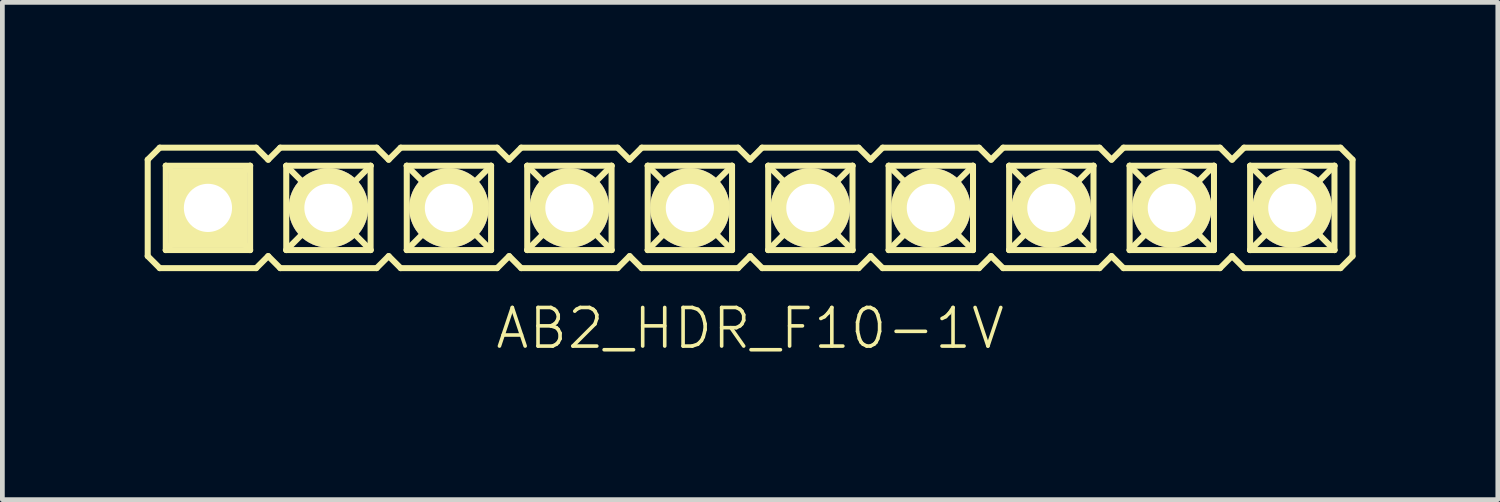
<source format=kicad_pcb>
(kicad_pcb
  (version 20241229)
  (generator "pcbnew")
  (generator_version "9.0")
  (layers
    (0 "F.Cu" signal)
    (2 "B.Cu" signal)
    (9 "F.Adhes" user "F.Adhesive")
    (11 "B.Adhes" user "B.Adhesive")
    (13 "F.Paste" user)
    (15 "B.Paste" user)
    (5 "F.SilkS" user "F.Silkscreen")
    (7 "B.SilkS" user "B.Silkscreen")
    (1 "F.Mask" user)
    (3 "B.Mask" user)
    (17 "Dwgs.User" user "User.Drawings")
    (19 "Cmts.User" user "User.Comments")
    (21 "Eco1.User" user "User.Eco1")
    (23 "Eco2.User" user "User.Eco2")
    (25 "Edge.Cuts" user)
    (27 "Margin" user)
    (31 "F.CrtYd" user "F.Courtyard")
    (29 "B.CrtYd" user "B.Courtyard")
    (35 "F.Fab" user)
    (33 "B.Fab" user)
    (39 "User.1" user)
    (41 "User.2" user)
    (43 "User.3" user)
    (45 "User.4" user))
  (footprint "AB2_HDR_F10-1V"
    (layer "F.Cu")
    (at 12.764 1.333)
    (property "Reference" "AB2_HDR_F10-1V" (at 0 2.54 0) (layer "F.SilkS") (effects (font (size 0.813 0.813) (thickness 0.076))))
    (attr through_hole)
    (fp_line (start -12.7 -1.016) (end -12.446 -1.27) (stroke (width 0.127) (type solid)) (layer "F.SilkS"))
    (fp_line (start -12.7 1.016) (end -12.7 -1.016) (stroke (width 0.127) (type solid)) (layer "F.SilkS"))
    (fp_line (start -12.446 -1.27) (end -10.414 -1.27) (stroke (width 0.127) (type solid)) (layer "F.SilkS"))
    (fp_line (start -12.446 1.27) (end -12.7 1.016) (stroke (width 0.127) (type solid)) (layer "F.SilkS"))
    (fp_line (start -12.319 -0.889) (end -10.541 -0.889) (stroke (width 0.127) (type solid)) (layer "F.SilkS"))
    (fp_line (start -12.319 0.889) (end -12.319 -0.889) (stroke (width 0.127) (type solid)) (layer "F.SilkS"))
    (fp_line (start -11.938 -0.508) (end -12.319 -0.889) (stroke (width 0.127) (type solid)) (layer "F.SilkS"))
    (fp_line (start -11.938 -0.508) (end -10.922 -0.508) (stroke (width 0.127) (type solid)) (layer "F.SilkS"))
    (fp_line (start -11.938 0.508) (end -12.319 0.889) (stroke (width 0.127) (type solid)) (layer "F.SilkS"))
    (fp_line (start -11.938 0.508) (end -11.938 -0.508) (stroke (width 0.127) (type solid)) (layer "F.SilkS"))
    (fp_line (start -10.922 -0.508) (end -10.922 0.508) (stroke (width 0.127) (type solid)) (layer "F.SilkS"))
    (fp_line (start -10.922 -0.508) (end -10.541 -0.889) (stroke (width 0.127) (type solid)) (layer "F.SilkS"))
    (fp_line (start -10.922 0.508) (end -11.938 0.508) (stroke (width 0.127) (type solid)) (layer "F.SilkS"))
    (fp_line (start -10.922 0.508) (end -10.541 0.889) (stroke (width 0.127) (type solid)) (layer "F.SilkS"))
    (fp_line (start -10.541 -0.889) (end -10.541 0.889) (stroke (width 0.127) (type solid)) (layer "F.SilkS"))
    (fp_line (start -10.541 0.889) (end -12.319 0.889) (stroke (width 0.127) (type solid)) (layer "F.SilkS"))
    (fp_line (start -10.414 -1.27) (end -10.16 -1.016) (stroke (width 0.127) (type solid)) (layer "F.SilkS"))
    (fp_line (start -10.414 1.27) (end -12.446 1.27) (stroke (width 0.127) (type solid)) (layer "F.SilkS"))
    (fp_line (start -10.16 -1.016) (end -9.906 -1.27) (stroke (width 0.127) (type solid)) (layer "F.SilkS"))
    (fp_line (start -10.16 1.016) (end -10.414 1.27) (stroke (width 0.127) (type solid)) (layer "F.SilkS"))
    (fp_line (start -9.906 -1.27) (end -7.874 -1.27) (stroke (width 0.127) (type solid)) (layer "F.SilkS"))
    (fp_line (start -9.906 1.27) (end -10.16 1.016) (stroke (width 0.127) (type solid)) (layer "F.SilkS"))
    (fp_line (start -9.779 -0.889) (end -8.001 -0.889) (stroke (width 0.127) (type solid)) (layer "F.SilkS"))
    (fp_line (start -9.779 0.889) (end -9.779 -0.889) (stroke (width 0.127) (type solid)) (layer "F.SilkS"))
    (fp_line (start -9.398 -0.508) (end -9.779 -0.889) (stroke (width 0.127) (type solid)) (layer "F.SilkS"))
    (fp_line (start -9.398 -0.508) (end -8.382 -0.508) (stroke (width 0.127) (type solid)) (layer "F.SilkS"))
    (fp_line (start -9.398 0.508) (end -9.779 0.889) (stroke (width 0.127) (type solid)) (layer "F.SilkS"))
    (fp_line (start -9.398 0.508) (end -9.398 -0.508) (stroke (width 0.127) (type solid)) (layer "F.SilkS"))
    (fp_line (start -8.382 -0.508) (end -8.382 0.508) (stroke (width 0.127) (type solid)) (layer "F.SilkS"))
    (fp_line (start -8.382 -0.508) (end -8.001 -0.889) (stroke (width 0.127) (type solid)) (layer "F.SilkS"))
    (fp_line (start -8.382 0.508) (end -9.398 0.508) (stroke (width 0.127) (type solid)) (layer "F.SilkS"))
    (fp_line (start -8.382 0.508) (end -8.001 0.889) (stroke (width 0.127) (type solid)) (layer "F.SilkS"))
    (fp_line (start -8.001 -0.889) (end -8.001 0.889) (stroke (width 0.127) (type solid)) (layer "F.SilkS"))
    (fp_line (start -8.001 0.889) (end -9.779 0.889) (stroke (width 0.127) (type solid)) (layer "F.SilkS"))
    (fp_line (start -7.874 -1.27) (end -7.62 -1.016) (stroke (width 0.127) (type solid)) (layer "F.SilkS"))
    (fp_line (start -7.874 1.27) (end -9.906 1.27) (stroke (width 0.127) (type solid)) (layer "F.SilkS"))
    (fp_line (start -7.62 -1.016) (end -7.366 -1.27) (stroke (width 0.127) (type solid)) (layer "F.SilkS"))
    (fp_line (start -7.62 1.016) (end -7.874 1.27) (stroke (width 0.127) (type solid)) (layer "F.SilkS"))
    (fp_line (start -7.366 -1.27) (end -5.334 -1.27) (stroke (width 0.127) (type solid)) (layer "F.SilkS"))
    (fp_line (start -7.366 1.27) (end -7.62 1.016) (stroke (width 0.127) (type solid)) (layer "F.SilkS"))
    (fp_line (start -7.239 -0.889) (end -5.461 -0.889) (stroke (width 0.127) (type solid)) (layer "F.SilkS"))
    (fp_line (start -7.239 0.889) (end -7.239 -0.889) (stroke (width 0.127) (type solid)) (layer "F.SilkS"))
    (fp_line (start -6.858 -0.508) (end -7.239 -0.889) (stroke (width 0.127) (type solid)) (layer "F.SilkS"))
    (fp_line (start -6.858 -0.508) (end -5.842 -0.508) (stroke (width 0.127) (type solid)) (layer "F.SilkS"))
    (fp_line (start -6.858 0.508) (end -7.239 0.889) (stroke (width 0.127) (type solid)) (layer "F.SilkS"))
    (fp_line (start -6.858 0.508) (end -6.858 -0.508) (stroke (width 0.127) (type solid)) (layer "F.SilkS"))
    (fp_line (start -5.842 -0.508) (end -5.842 0.508) (stroke (width 0.127) (type solid)) (layer "F.SilkS"))
    (fp_line (start -5.842 -0.508) (end -5.461 -0.889) (stroke (width 0.127) (type solid)) (layer "F.SilkS"))
    (fp_line (start -5.842 0.508) (end -6.858 0.508) (stroke (width 0.127) (type solid)) (layer "F.SilkS"))
    (fp_line (start -5.842 0.508) (end -5.461 0.889) (stroke (width 0.127) (type solid)) (layer "F.SilkS"))
    (fp_line (start -5.461 -0.889) (end -5.461 0.889) (stroke (width 0.127) (type solid)) (layer "F.SilkS"))
    (fp_line (start -5.461 0.889) (end -7.239 0.889) (stroke (width 0.127) (type solid)) (layer "F.SilkS"))
    (fp_line (start -5.334 -1.27) (end -5.08 -1.016) (stroke (width 0.127) (type solid)) (layer "F.SilkS"))
    (fp_line (start -5.334 1.27) (end -7.366 1.27) (stroke (width 0.127) (type solid)) (layer "F.SilkS"))
    (fp_line (start -5.08 -1.016) (end -4.826 -1.27) (stroke (width 0.127) (type solid)) (layer "F.SilkS"))
    (fp_line (start -5.08 1.016) (end -5.334 1.27) (stroke (width 0.127) (type solid)) (layer "F.SilkS"))
    (fp_line (start -4.826 -1.27) (end -2.794 -1.27) (stroke (width 0.127) (type solid)) (layer "F.SilkS"))
    (fp_line (start -4.826 1.27) (end -5.08 1.016) (stroke (width 0.127) (type solid)) (layer "F.SilkS"))
    (fp_line (start -4.699 -0.889) (end -2.921 -0.889) (stroke (width 0.127) (type solid)) (layer "F.SilkS"))
    (fp_line (start -4.699 0.889) (end -4.699 -0.889) (stroke (width 0.127) (type solid)) (layer "F.SilkS"))
    (fp_line (start -4.318 -0.508) (end -4.699 -0.889) (stroke (width 0.127) (type solid)) (layer "F.SilkS"))
    (fp_line (start -4.318 -0.508) (end -3.302 -0.508) (stroke (width 0.127) (type solid)) (layer "F.SilkS"))
    (fp_line (start -4.318 0.508) (end -4.699 0.889) (stroke (width 0.127) (type solid)) (layer "F.SilkS"))
    (fp_line (start -4.318 0.508) (end -4.318 -0.508) (stroke (width 0.127) (type solid)) (layer "F.SilkS"))
    (fp_line (start -3.302 -0.508) (end -3.302 0.508) (stroke (width 0.127) (type solid)) (layer "F.SilkS"))
    (fp_line (start -3.302 -0.508) (end -2.921 -0.889) (stroke (width 0.127) (type solid)) (layer "F.SilkS"))
    (fp_line (start -3.302 0.508) (end -4.318 0.508) (stroke (width 0.127) (type solid)) (layer "F.SilkS"))
    (fp_line (start -3.302 0.508) (end -2.921 0.889) (stroke (width 0.127) (type solid)) (layer "F.SilkS"))
    (fp_line (start -2.921 -0.889) (end -2.921 0.889) (stroke (width 0.127) (type solid)) (layer "F.SilkS"))
    (fp_line (start -2.921 0.889) (end -4.699 0.889) (stroke (width 0.127) (type solid)) (layer "F.SilkS"))
    (fp_line (start -2.794 -1.27) (end -2.54 -1.016) (stroke (width 0.127) (type solid)) (layer "F.SilkS"))
    (fp_line (start -2.794 1.27) (end -4.826 1.27) (stroke (width 0.127) (type solid)) (layer "F.SilkS"))
    (fp_line (start -2.54 -1.016) (end -2.286 -1.27) (stroke (width 0.127) (type solid)) (layer "F.SilkS"))
    (fp_line (start -2.54 1.016) (end -2.794 1.27) (stroke (width 0.127) (type solid)) (layer "F.SilkS"))
    (fp_line (start -2.286 -1.27) (end -0.254 -1.27) (stroke (width 0.127) (type solid)) (layer "F.SilkS"))
    (fp_line (start -2.286 1.27) (end -2.54 1.016) (stroke (width 0.127) (type solid)) (layer "F.SilkS"))
    (fp_line (start -2.159 -0.889) (end -0.381 -0.889) (stroke (width 0.127) (type solid)) (layer "F.SilkS"))
    (fp_line (start -2.159 0.889) (end -2.159 -0.889) (stroke (width 0.127) (type solid)) (layer "F.SilkS"))
    (fp_line (start -1.778 -0.508) (end -2.159 -0.889) (stroke (width 0.127) (type solid)) (layer "F.SilkS"))
    (fp_line (start -1.778 -0.508) (end -0.762 -0.508) (stroke (width 0.127) (type solid)) (layer "F.SilkS"))
    (fp_line (start -1.778 0.508) (end -2.159 0.889) (stroke (width 0.127) (type solid)) (layer "F.SilkS"))
    (fp_line (start -1.778 0.508) (end -1.778 -0.508) (stroke (width 0.127) (type solid)) (layer "F.SilkS"))
    (fp_line (start -0.762 -0.508) (end -0.762 0.508) (stroke (width 0.127) (type solid)) (layer "F.SilkS"))
    (fp_line (start -0.762 -0.508) (end -0.381 -0.889) (stroke (width 0.127) (type solid)) (layer "F.SilkS"))
    (fp_line (start -0.762 0.508) (end -1.778 0.508) (stroke (width 0.127) (type solid)) (layer "F.SilkS"))
    (fp_line (start -0.762 0.508) (end -0.381 0.889) (stroke (width 0.127) (type solid)) (layer "F.SilkS"))
    (fp_line (start -0.381 -0.889) (end -0.381 0.889) (stroke (width 0.127) (type solid)) (layer "F.SilkS"))
    (fp_line (start -0.381 0.889) (end -2.159 0.889) (stroke (width 0.127) (type solid)) (layer "F.SilkS"))
    (fp_line (start -0.254 -1.27) (end 0 -1.016) (stroke (width 0.127) (type solid)) (layer "F.SilkS"))
    (fp_line (start -0.254 1.27) (end -2.286 1.27) (stroke (width 0.127) (type solid)) (layer "F.SilkS"))
    (fp_line (start 0 -1.016) (end 0.254 -1.27) (stroke (width 0.127) (type solid)) (layer "F.SilkS"))
    (fp_line (start 0 1.016) (end -0.254 1.27) (stroke (width 0.127) (type solid)) (layer "F.SilkS"))
    (fp_line (start 0.254 -1.27) (end 2.286 -1.27) (stroke (width 0.127) (type solid)) (layer "F.SilkS"))
    (fp_line (start 0.254 1.27) (end 0 1.016) (stroke (width 0.127) (type solid)) (layer "F.SilkS"))
    (fp_line (start 0.381 -0.889) (end 2.159 -0.889) (stroke (width 0.127) (type solid)) (layer "F.SilkS"))
    (fp_line (start 0.381 0.889) (end 0.381 -0.889) (stroke (width 0.127) (type solid)) (layer "F.SilkS"))
    (fp_line (start 0.762 -0.508) (end 0.381 -0.889) (stroke (width 0.127) (type solid)) (layer "F.SilkS"))
    (fp_line (start 0.762 -0.508) (end 1.778 -0.508) (stroke (width 0.127) (type solid)) (layer "F.SilkS"))
    (fp_line (start 0.762 0.508) (end 0.381 0.889) (stroke (width 0.127) (type solid)) (layer "F.SilkS"))
    (fp_line (start 0.762 0.508) (end 0.762 -0.508) (stroke (width 0.127) (type solid)) (layer "F.SilkS"))
    (fp_line (start 1.778 -0.508) (end 1.778 0.508) (stroke (width 0.127) (type solid)) (layer "F.SilkS"))
    (fp_line (start 1.778 -0.508) (end 2.159 -0.889) (stroke (width 0.127) (type solid)) (layer "F.SilkS"))
    (fp_line (start 1.778 0.508) (end 0.762 0.508) (stroke (width 0.127) (type solid)) (layer "F.SilkS"))
    (fp_line (start 1.778 0.508) (end 2.159 0.889) (stroke (width 0.127) (type solid)) (layer "F.SilkS"))
    (fp_line (start 2.159 -0.889) (end 2.159 0.889) (stroke (width 0.127) (type solid)) (layer "F.SilkS"))
    (fp_line (start 2.159 0.889) (end 0.381 0.889) (stroke (width 0.127) (type solid)) (layer "F.SilkS"))
    (fp_line (start 2.286 -1.27) (end 2.54 -1.016) (stroke (width 0.127) (type solid)) (layer "F.SilkS"))
    (fp_line (start 2.286 1.27) (end 0.254 1.27) (stroke (width 0.127) (type solid)) (layer "F.SilkS"))
    (fp_line (start 2.54 -1.016) (end 2.794 -1.27) (stroke (width 0.127) (type solid)) (layer "F.SilkS"))
    (fp_line (start 2.54 1.016) (end 2.286 1.27) (stroke (width 0.127) (type solid)) (layer "F.SilkS"))
    (fp_line (start 2.794 -1.27) (end 4.826 -1.27) (stroke (width 0.127) (type solid)) (layer "F.SilkS"))
    (fp_line (start 2.794 1.27) (end 2.54 1.016) (stroke (width 0.127) (type solid)) (layer "F.SilkS"))
    (fp_line (start 2.921 -0.889) (end 4.699 -0.889) (stroke (width 0.127) (type solid)) (layer "F.SilkS"))
    (fp_line (start 2.921 0.889) (end 2.921 -0.889) (stroke (width 0.127) (type solid)) (layer "F.SilkS"))
    (fp_line (start 3.302 -0.508) (end 2.921 -0.889) (stroke (width 0.127) (type solid)) (layer "F.SilkS"))
    (fp_line (start 3.302 -0.508) (end 4.318 -0.508) (stroke (width 0.127) (type solid)) (layer "F.SilkS"))
    (fp_line (start 3.302 0.508) (end 2.921 0.889) (stroke (width 0.127) (type solid)) (layer "F.SilkS"))
    (fp_line (start 3.302 0.508) (end 3.302 -0.508) (stroke (width 0.127) (type solid)) (layer "F.SilkS"))
    (fp_line (start 4.318 -0.508) (end 4.318 0.508) (stroke (width 0.127) (type solid)) (layer "F.SilkS"))
    (fp_line (start 4.318 -0.508) (end 4.699 -0.889) (stroke (width 0.127) (type solid)) (layer "F.SilkS"))
    (fp_line (start 4.318 0.508) (end 3.302 0.508) (stroke (width 0.127) (type solid)) (layer "F.SilkS"))
    (fp_line (start 4.318 0.508) (end 4.699 0.889) (stroke (width 0.127) (type solid)) (layer "F.SilkS"))
    (fp_line (start 4.699 -0.889) (end 4.699 0.889) (stroke (width 0.127) (type solid)) (layer "F.SilkS"))
    (fp_line (start 4.699 0.889) (end 2.921 0.889) (stroke (width 0.127) (type solid)) (layer "F.SilkS"))
    (fp_line (start 4.826 -1.27) (end 5.08 -1.016) (stroke (width 0.127) (type solid)) (layer "F.SilkS"))
    (fp_line (start 4.826 1.27) (end 2.794 1.27) (stroke (width 0.127) (type solid)) (layer "F.SilkS"))
    (fp_line (start 5.08 -1.016) (end 5.334 -1.27) (stroke (width 0.127) (type solid)) (layer "F.SilkS"))
    (fp_line (start 5.08 1.016) (end 4.826 1.27) (stroke (width 0.127) (type solid)) (layer "F.SilkS"))
    (fp_line (start 5.334 -1.27) (end 7.366 -1.27) (stroke (width 0.127) (type solid)) (layer "F.SilkS"))
    (fp_line (start 5.334 1.27) (end 5.08 1.016) (stroke (width 0.127) (type solid)) (layer "F.SilkS"))
    (fp_line (start 5.461 -0.889) (end 7.239 -0.889) (stroke (width 0.127) (type solid)) (layer "F.SilkS"))
    (fp_line (start 5.461 0.889) (end 5.461 -0.889) (stroke (width 0.127) (type solid)) (layer "F.SilkS"))
    (fp_line (start 5.842 -0.508) (end 5.461 -0.889) (stroke (width 0.127) (type solid)) (layer "F.SilkS"))
    (fp_line (start 5.842 -0.508) (end 6.858 -0.508) (stroke (width 0.127) (type solid)) (layer "F.SilkS"))
    (fp_line (start 5.842 0.508) (end 5.461 0.889) (stroke (width 0.127) (type solid)) (layer "F.SilkS"))
    (fp_line (start 5.842 0.508) (end 5.842 -0.508) (stroke (width 0.127) (type solid)) (layer "F.SilkS"))
    (fp_line (start 6.858 -0.508) (end 6.858 0.508) (stroke (width 0.127) (type solid)) (layer "F.SilkS"))
    (fp_line (start 6.858 -0.508) (end 7.239 -0.889) (stroke (width 0.127) (type solid)) (layer "F.SilkS"))
    (fp_line (start 6.858 0.508) (end 5.842 0.508) (stroke (width 0.127) (type solid)) (layer "F.SilkS"))
    (fp_line (start 6.858 0.508) (end 7.239 0.889) (stroke (width 0.127) (type solid)) (layer "F.SilkS"))
    (fp_line (start 7.239 -0.889) (end 7.239 0.889) (stroke (width 0.127) (type solid)) (layer "F.SilkS"))
    (fp_line (start 7.239 0.889) (end 5.461 0.889) (stroke (width 0.127) (type solid)) (layer "F.SilkS"))
    (fp_line (start 7.366 -1.27) (end 7.62 -1.016) (stroke (width 0.127) (type solid)) (layer "F.SilkS"))
    (fp_line (start 7.366 1.27) (end 5.334 1.27) (stroke (width 0.127) (type solid)) (layer "F.SilkS"))
    (fp_line (start 7.62 -1.016) (end 7.874 -1.27) (stroke (width 0.127) (type solid)) (layer "F.SilkS"))
    (fp_line (start 7.62 1.016) (end 7.366 1.27) (stroke (width 0.127) (type solid)) (layer "F.SilkS"))
    (fp_line (start 7.874 -1.27) (end 9.906 -1.27) (stroke (width 0.127) (type solid)) (layer "F.SilkS"))
    (fp_line (start 7.874 1.27) (end 7.62 1.016) (stroke (width 0.127) (type solid)) (layer "F.SilkS"))
    (fp_line (start 8.001 -0.889) (end 9.779 -0.889) (stroke (width 0.127) (type solid)) (layer "F.SilkS"))
    (fp_line (start 8.001 0.889) (end 8.001 -0.889) (stroke (width 0.127) (type solid)) (layer "F.SilkS"))
    (fp_line (start 8.382 -0.508) (end 8.001 -0.889) (stroke (width 0.127) (type solid)) (layer "F.SilkS"))
    (fp_line (start 8.382 -0.508) (end 9.398 -0.508) (stroke (width 0.127) (type solid)) (layer "F.SilkS"))
    (fp_line (start 8.382 0.508) (end 8.001 0.889) (stroke (width 0.127) (type solid)) (layer "F.SilkS"))
    (fp_line (start 8.382 0.508) (end 8.382 -0.508) (stroke (width 0.127) (type solid)) (layer "F.SilkS"))
    (fp_line (start 9.398 -0.508) (end 9.398 0.508) (stroke (width 0.127) (type solid)) (layer "F.SilkS"))
    (fp_line (start 9.398 -0.508) (end 9.779 -0.889) (stroke (width 0.127) (type solid)) (layer "F.SilkS"))
    (fp_line (start 9.398 0.508) (end 8.382 0.508) (stroke (width 0.127) (type solid)) (layer "F.SilkS"))
    (fp_line (start 9.398 0.508) (end 9.779 0.889) (stroke (width 0.127) (type solid)) (layer "F.SilkS"))
    (fp_line (start 9.779 -0.889) (end 9.779 0.889) (stroke (width 0.127) (type solid)) (layer "F.SilkS"))
    (fp_line (start 9.779 0.889) (end 8.001 0.889) (stroke (width 0.127) (type solid)) (layer "F.SilkS"))
    (fp_line (start 9.906 -1.27) (end 10.16 -1.016) (stroke (width 0.127) (type solid)) (layer "F.SilkS"))
    (fp_line (start 9.906 1.27) (end 7.874 1.27) (stroke (width 0.127) (type solid)) (layer "F.SilkS"))
    (fp_line (start 10.16 -1.016) (end 10.414 -1.27) (stroke (width 0.127) (type solid)) (layer "F.SilkS"))
    (fp_line (start 10.16 1.016) (end 9.906 1.27) (stroke (width 0.127) (type solid)) (layer "F.SilkS"))
    (fp_line (start 10.414 -1.27) (end 12.446 -1.27) (stroke (width 0.127) (type solid)) (layer "F.SilkS"))
    (fp_line (start 10.414 1.27) (end 10.16 1.016) (stroke (width 0.127) (type solid)) (layer "F.SilkS"))
    (fp_line (start 10.541 -0.889) (end 12.319 -0.889) (stroke (width 0.127) (type solid)) (layer "F.SilkS"))
    (fp_line (start 10.541 0.889) (end 10.541 -0.889) (stroke (width 0.127) (type solid)) (layer "F.SilkS"))
    (fp_line (start 10.922 -0.508) (end 10.541 -0.889) (stroke (width 0.127) (type solid)) (layer "F.SilkS"))
    (fp_line (start 10.922 -0.508) (end 11.938 -0.508) (stroke (width 0.127) (type solid)) (layer "F.SilkS"))
    (fp_line (start 10.922 0.508) (end 10.541 0.889) (stroke (width 0.127) (type solid)) (layer "F.SilkS"))
    (fp_line (start 10.922 0.508) (end 10.922 -0.508) (stroke (width 0.127) (type solid)) (layer "F.SilkS"))
    (fp_line (start 11.938 -0.508) (end 11.938 0.508) (stroke (width 0.127) (type solid)) (layer "F.SilkS"))
    (fp_line (start 11.938 -0.508) (end 12.319 -0.889) (stroke (width 0.127) (type solid)) (layer "F.SilkS"))
    (fp_line (start 11.938 0.508) (end 10.922 0.508) (stroke (width 0.127) (type solid)) (layer "F.SilkS"))
    (fp_line (start 11.938 0.508) (end 12.319 0.889) (stroke (width 0.127) (type solid)) (layer "F.SilkS"))
    (fp_line (start 12.319 -0.889) (end 12.319 0.889) (stroke (width 0.127) (type solid)) (layer "F.SilkS"))
    (fp_line (start 12.319 0.889) (end 10.541 0.889) (stroke (width 0.127) (type solid)) (layer "F.SilkS"))
    (fp_line (start 12.446 -1.27) (end 12.7 -1.016) (stroke (width 0.127) (type solid)) (layer "F.SilkS"))
    (fp_line (start 12.446 1.27) (end 10.414 1.27) (stroke (width 0.127) (type solid)) (layer "F.SilkS"))
    (fp_line (start 12.7 1.016) (end 12.446 1.27) (stroke (width 0.127) (type solid)) (layer "F.SilkS"))
    (fp_line (start 12.7 1.016) (end 12.7 -1.016) (stroke (width 0.127) (type solid)) (layer "F.SilkS"))
    (pad "1" thru_hole rect (at -11.43 0) (size 1.676 1.676) (drill 1.016) (layers "*.Cu" "*.Mask" "F.SilkS"))
    (pad "2" thru_hole circle (at -8.89 0) (size 1.676 1.676) (drill 1.016) (layers "*.Cu" "*.Mask" "F.SilkS"))
    (pad "3" thru_hole circle (at -6.35 0) (size 1.676 1.676) (drill 1.016) (layers "*.Cu" "*.Mask" "F.SilkS"))
    (pad "4" thru_hole circle (at -3.81 0) (size 1.676 1.676) (drill 1.016) (layers "*.Cu" "*.Mask" "F.SilkS"))
    (pad "5" thru_hole circle (at -1.27 0) (size 1.676 1.676) (drill 1.016) (layers "*.Cu" "*.Mask" "F.SilkS"))
    (pad "6" thru_hole circle (at 1.27 0) (size 1.676 1.676) (drill 1.016) (layers "*.Cu" "*.Mask" "F.SilkS"))
    (pad "7" thru_hole circle (at 3.81 0) (size 1.676 1.676) (drill 1.016) (layers "*.Cu" "*.Mask" "F.SilkS"))
    (pad "8" thru_hole circle (at 6.35 0) (size 1.676 1.676) (drill 1.016) (layers "*.Cu" "*.Mask" "F.SilkS"))
    (pad "9" thru_hole circle (at 8.89 0) (size 1.676 1.676) (drill 1.016) (layers "*.Cu" "*.Mask" "F.SilkS"))
    (pad "10" thru_hole circle (at 11.43 0) (size 1.676 1.676) (drill 1.016) (layers "*.Cu" "*.Mask" "F.SilkS")))
  (gr_rect
    (start -3 -3)
    (end 28.527 7.483)
    (stroke (width 0.1) (type default))
    (fill no)
    (layer "Edge.Cuts")))
</source>
